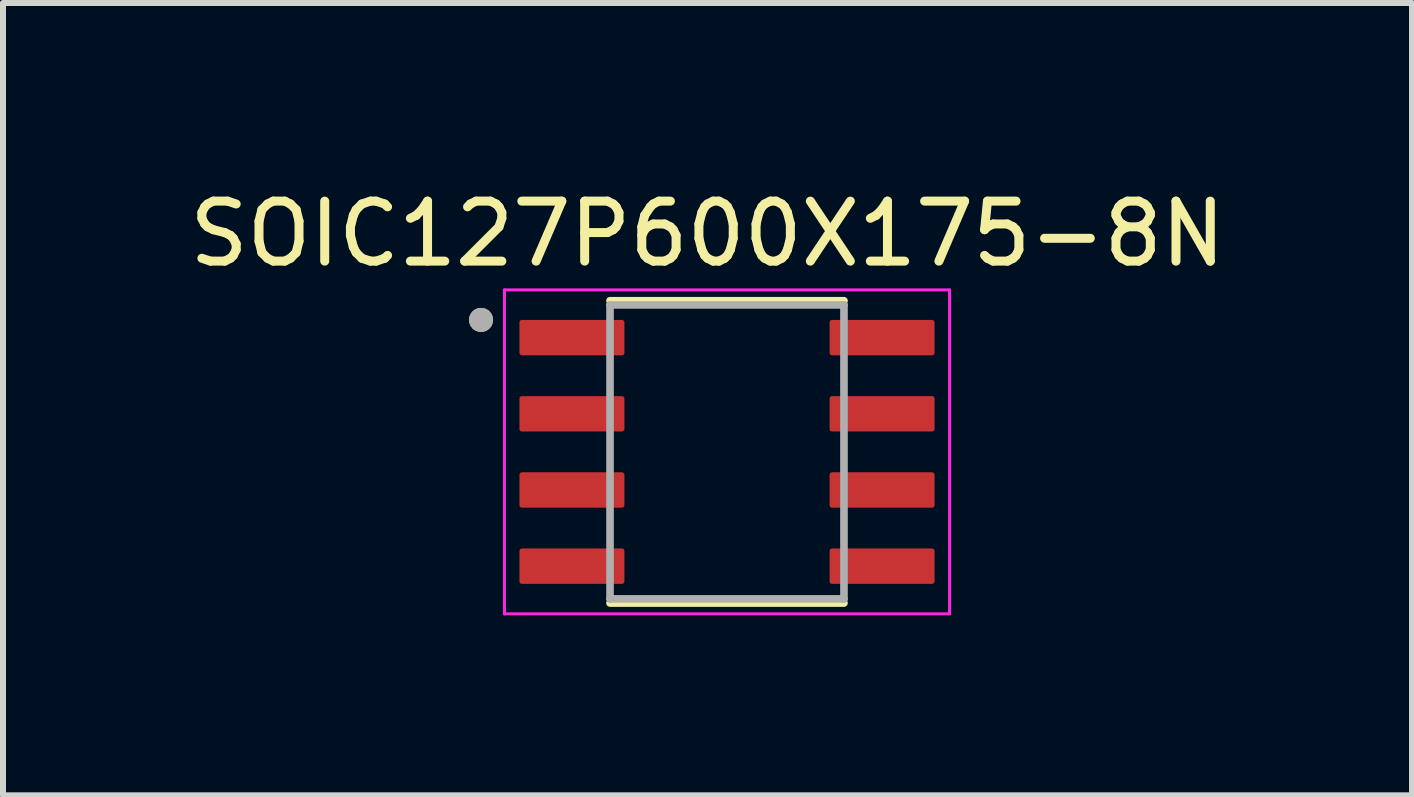
<source format=kicad_pcb>
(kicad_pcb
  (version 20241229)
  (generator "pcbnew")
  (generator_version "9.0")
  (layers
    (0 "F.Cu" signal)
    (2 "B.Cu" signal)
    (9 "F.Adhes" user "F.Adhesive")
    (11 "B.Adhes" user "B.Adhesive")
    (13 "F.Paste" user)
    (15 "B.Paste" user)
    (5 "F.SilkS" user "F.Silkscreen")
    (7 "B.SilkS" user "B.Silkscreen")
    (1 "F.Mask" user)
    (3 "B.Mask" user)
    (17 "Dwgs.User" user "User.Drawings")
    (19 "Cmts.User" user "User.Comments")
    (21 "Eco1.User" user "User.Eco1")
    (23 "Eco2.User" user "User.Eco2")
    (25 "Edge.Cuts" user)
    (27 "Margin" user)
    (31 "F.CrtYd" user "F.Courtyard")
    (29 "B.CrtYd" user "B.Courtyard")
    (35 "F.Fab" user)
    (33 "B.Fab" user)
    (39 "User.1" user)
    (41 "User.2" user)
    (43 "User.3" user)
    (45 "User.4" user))
  (footprint "SOIC127P600X175-8N"
    (layer "F.Cu")
    (at 9.069 4.483)
    (property "Reference" "SOIC127P600X175-8N" (at -0.325 -3.635 0) (layer "F.SilkS") (effects (font (size 1 1) (thickness 0.15))))
    (attr smd)
    (fp_line (start -1.95 -2.52) (end 1.95 -2.52) (stroke (width 0.127) (type solid)) (layer "F.SilkS"))
    (fp_line (start -1.95 2.52) (end 1.95 2.52) (stroke (width 0.127) (type solid)) (layer "F.SilkS"))
    (fp_circle (center -4.1 -2.2) (end -4 -2.2) (stroke (width 0.2) (type solid)) (fill no) (layer "F.SilkS"))
    (fp_line (start -3.71 -2.7) (end -3.71 2.7) (stroke (width 0.05) (type solid)) (layer "F.CrtYd"))
    (fp_line (start -3.71 -2.7) (end 3.71 -2.7) (stroke (width 0.05) (type solid)) (layer "F.CrtYd"))
    (fp_line (start -3.71 2.7) (end 3.71 2.7) (stroke (width 0.05) (type solid)) (layer "F.CrtYd"))
    (fp_line (start 3.71 -2.7) (end 3.71 2.7) (stroke (width 0.05) (type solid)) (layer "F.CrtYd"))
    (fp_line (start -1.95 -2.45) (end -1.95 2.45) (stroke (width 0.127) (type solid)) (layer "F.Fab"))
    (fp_line (start -1.95 -2.45) (end 1.95 -2.45) (stroke (width 0.127) (type solid)) (layer "F.Fab"))
    (fp_line (start -1.95 2.45) (end 1.95 2.45) (stroke (width 0.127) (type solid)) (layer "F.Fab"))
    (fp_line (start 1.95 -2.45) (end 1.95 2.45) (stroke (width 0.127) (type solid)) (layer "F.Fab"))
    (fp_circle (center -4.1 -2.2) (end -4 -2.2) (stroke (width 0.2) (type solid)) (fill no) (layer "F.Fab"))
    (pad "1" smd roundrect (at -2.585 -1.905) (size 1.75 0.59) (layers "F.Cu" "F.Mask" "F.Paste") (roundrect_rratio 0.07))
    (pad "2" smd roundrect (at -2.585 -0.635) (size 1.75 0.59) (layers "F.Cu" "F.Mask" "F.Paste") (roundrect_rratio 0.07))
    (pad "3" smd roundrect (at -2.585 0.635) (size 1.75 0.59) (layers "F.Cu" "F.Mask" "F.Paste") (roundrect_rratio 0.07))
    (pad "4" smd roundrect (at -2.585 1.905) (size 1.75 0.59) (layers "F.Cu" "F.Mask" "F.Paste") (roundrect_rratio 0.07))
    (pad "5" smd roundrect (at 2.585 1.905) (size 1.75 0.59) (layers "F.Cu" "F.Mask" "F.Paste") (roundrect_rratio 0.07))
    (pad "6" smd roundrect (at 2.585 0.635) (size 1.75 0.59) (layers "F.Cu" "F.Mask" "F.Paste") (roundrect_rratio 0.07))
    (pad "7" smd roundrect (at 2.585 -0.635) (size 1.75 0.59) (layers "F.Cu" "F.Mask" "F.Paste") (roundrect_rratio 0.07))
    (pad "8" smd roundrect (at 2.585 -1.905) (size 1.75 0.59) (layers "F.Cu" "F.Mask" "F.Paste") (roundrect_rratio 0.07)))
  (gr_rect
    (start -3 -3)
    (end 20.488 10.208)
    (stroke (width 0.1) (type default))
    (fill no)
    (layer "Edge.Cuts")))
</source>
